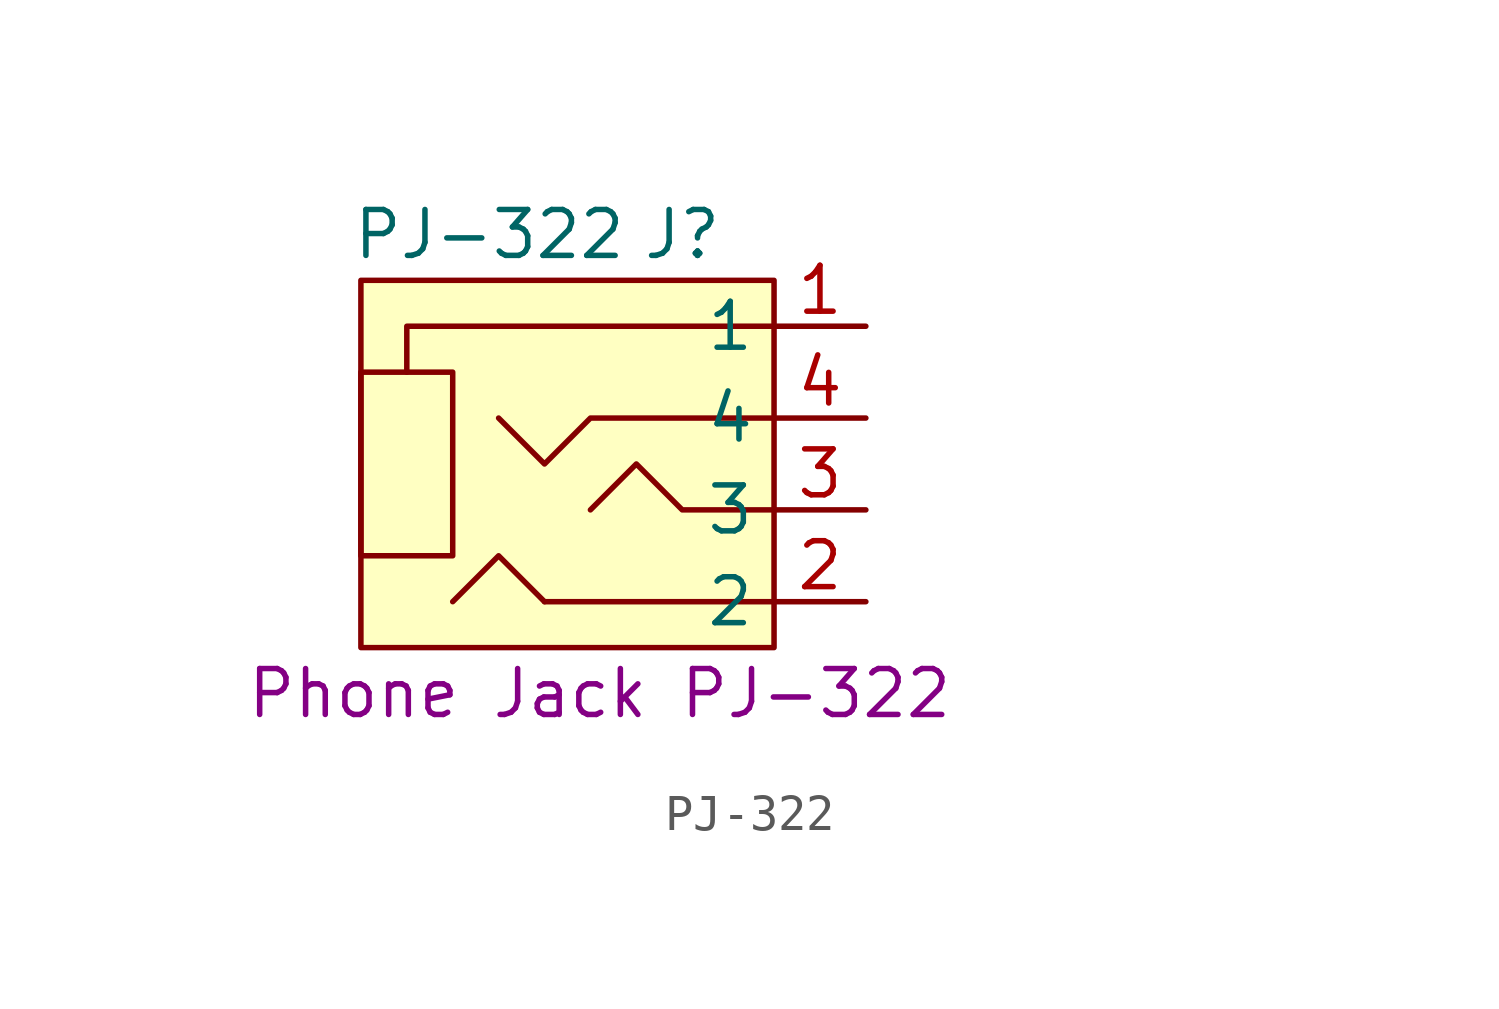
<source format=kicad_sym>
(kicad_symbol_lib
  (version 20241209)
  (generator "kicad_symbol_editor")
  (generator_version "9.0")
  (symbol "PJ-322"
    (property "Reference" "J"
      (at -1.27 0 0)
      (effects (font (size 1.27 1.27))))
    (property "Value" "PJ-322"
      (at -6.604 0 0)
      (effects (font (size 1.27 1.27))))
    (property "Purpose" "Phone Jack PJ-322"
      (at -3.556 -12.7 0)
      (effects (font (size 1.27 1.27))))
    (symbol "PJ-322_0_1"
      (rectangle (start -10.16 -3.81) (end -7.62 -8.89) (stroke (width 0) (type default)) (fill (type none)))
      (polyline (pts (xy -8.89 -3.81) (xy -8.89 -2.54) (xy 1.27 -2.54)) (stroke (width 0) (type default)) (fill (type none)))
      (polyline (pts (xy -6.35 -5.08) (xy -5.08 -6.35) (xy -3.81 -5.08) (xy 1.27 -5.08)) (stroke (width 0) (type default)) (fill (type none)))
      (polyline (pts (xy -5.08 -10.16) (xy 1.27 -10.16)) (stroke (width 0) (type default)) (fill (type none)))
      (polyline (pts (xy -5.08 -10.16) (xy -6.35 -8.89) (xy -7.62 -10.16)) (stroke (width 0) (type default)) (fill (type none)))
      (polyline (pts (xy -3.81 -7.62) (xy -3.81 -7.62) (xy -2.54 -6.35) (xy -1.27 -7.62) (xy 1.27 -7.62)) (stroke (width 0) (type default)) (fill (type none))))
    (symbol "PJ-322_1_1"
      (rectangle (start -10.16 -1.27) (end 1.27 -11.43) (stroke (width 0) (type solid)) (fill (type background)))
      (text private "MIC" (at 8.89 -2.54 0) (effects (font (size 1.27 1.27)) (justify left)))
      (text private "GND" (at 8.89 -5.08 0) (effects (font (size 1.27 1.27)) (justify left)))
      (text private "LEFT" (at 8.89 -7.62 0) (effects (font (size 1.27 1.27)) (justify left)))
      (text private "RIGHT" (at 8.89 -10.16 0) (effects (font (size 1.27 1.27)) (justify left)))
      (pin input line (at 3.81 -2.54 180) (length 2.54) (name "1" (effects (font (size 1.27 1.27)))) (number "1" (effects (font (size 1.27 1.27)))))
      (pin input line (at 3.81 -5.08 180) (length 2.54) (name "4" (effects (font (size 1.27 1.27)))) (number "4" (effects (font (size 1.27 1.27)))))
      (pin input line (at 3.81 -7.62 180) (length 2.54) (name "3" (effects (font (size 1.27 1.27)))) (number "3" (effects (font (size 1.27 1.27)))))
      (pin input line (at 3.81 -10.16 180) (length 2.54) (name "2" (effects (font (size 1.27 1.27)))) (number "2" (effects (font (size 1.27 1.27))))))))
</source>
